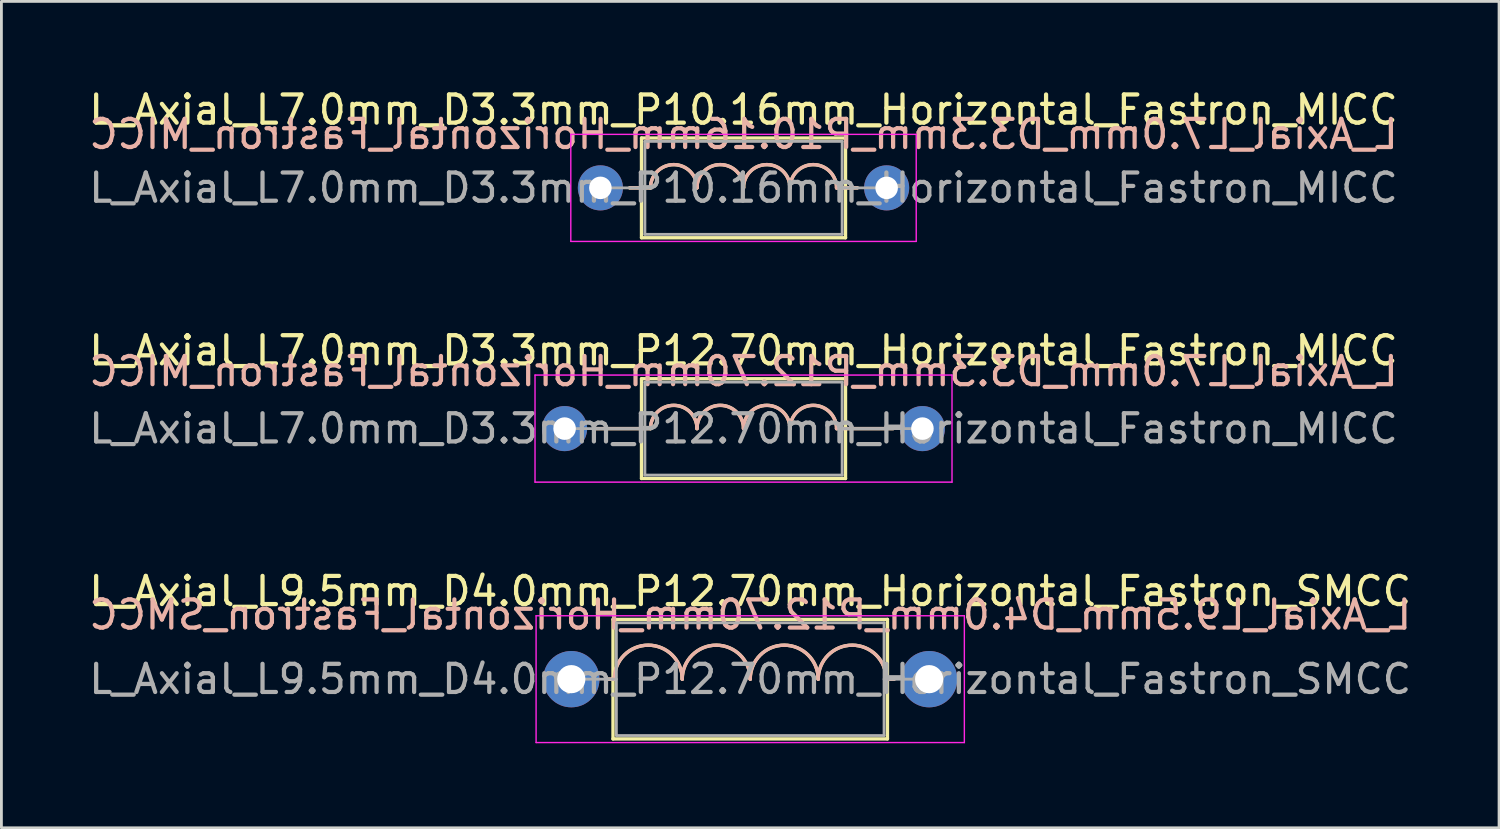
<source format=kicad_pcb>
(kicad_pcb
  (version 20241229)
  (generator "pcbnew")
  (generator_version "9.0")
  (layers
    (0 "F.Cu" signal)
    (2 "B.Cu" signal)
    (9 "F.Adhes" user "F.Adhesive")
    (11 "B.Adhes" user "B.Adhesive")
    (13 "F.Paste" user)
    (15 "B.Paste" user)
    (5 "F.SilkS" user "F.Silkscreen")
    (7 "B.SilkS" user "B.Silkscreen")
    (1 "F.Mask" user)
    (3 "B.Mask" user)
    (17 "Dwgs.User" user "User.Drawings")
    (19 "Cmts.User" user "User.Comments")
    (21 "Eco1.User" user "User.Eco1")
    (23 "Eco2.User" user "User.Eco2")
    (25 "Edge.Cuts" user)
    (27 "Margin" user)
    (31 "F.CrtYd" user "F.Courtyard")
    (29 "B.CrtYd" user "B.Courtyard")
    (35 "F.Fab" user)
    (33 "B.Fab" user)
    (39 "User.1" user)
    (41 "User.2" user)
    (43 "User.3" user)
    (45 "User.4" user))
  (footprint "L_Axial_L7.0mm_D3.3mm_P12.70mm_Horizontal_Fastron_MICC"
    (layer "F.Cu")
    (at 16.989 12.162)
    (property "Reference" "L_Axial_L7.0mm_D3.3mm_P12.70mm_Horizontal_Fastron_MICC" (at 6.35 -2.77 0) (layer "F.SilkS") (effects (font (size 1 1) (thickness 0.15))))
    (fp_line (start 1.04 0) (end 2.73 0) (stroke (width 0.12) (type solid)) (layer "F.SilkS"))
    (fp_line (start 2.73 -1.77) (end 2.73 1.77) (stroke (width 0.12) (type solid)) (layer "F.SilkS"))
    (fp_line (start 2.73 1.77) (end 9.97 1.77) (stroke (width 0.12) (type solid)) (layer "F.SilkS"))
    (fp_line (start 3.048 0) (end 2.73 0) (stroke (width 0.12) (type solid)) (layer "F.SilkS"))
    (fp_line (start 9.652 0) (end 9.97 0) (stroke (width 0.12) (type solid)) (layer "F.SilkS"))
    (fp_line (start 9.97 -1.77) (end 2.73 -1.77) (stroke (width 0.12) (type solid)) (layer "F.SilkS"))
    (fp_line (start 9.97 1.77) (end 9.97 -1.77) (stroke (width 0.12) (type solid)) (layer "F.SilkS"))
    (fp_line (start 11.66 0) (end 9.97 0) (stroke (width 0.12) (type solid)) (layer "F.SilkS"))
    (fp_arc (start 3.048 0) (mid 3.8735 -0.8255) (end 4.699 0) (stroke (width 0.12) (type solid)) (layer "F.SilkS"))
    (fp_arc (start 4.699 0) (mid 5.5245 -0.8255) (end 6.35 0) (stroke (width 0.12) (type solid)) (layer "F.SilkS"))
    (fp_arc (start 6.35 0) (mid 7.1755 -0.8255) (end 8.001 0) (stroke (width 0.12) (type solid)) (layer "F.SilkS"))
    (fp_arc (start 8.001 0) (mid 8.8265 -0.8255) (end 9.652 0) (stroke (width 0.12) (type solid)) (layer "F.SilkS"))
    (fp_line (start 1.04 0) (end 2.73 0) (stroke (width 0.12) (type solid)) (layer "B.SilkS"))
    (fp_line (start 3.048 0) (end 2.73 0) (stroke (width 0.12) (type solid)) (layer "B.SilkS"))
    (fp_line (start 9.652 0) (end 9.97 0) (stroke (width 0.12) (type solid)) (layer "B.SilkS"))
    (fp_line (start 11.66 0) (end 9.97 0) (stroke (width 0.12) (type solid)) (layer "B.SilkS"))
    (fp_arc (start 3.048 0) (mid 3.8735 -0.8255) (end 4.699 0) (stroke (width 0.12) (type solid)) (layer "B.SilkS"))
    (fp_arc (start 4.699 0) (mid 5.5245 -0.8255) (end 6.35 0) (stroke (width 0.12) (type solid)) (layer "B.SilkS"))
    (fp_arc (start 6.35 0) (mid 7.1755 -0.8255) (end 8.001 0) (stroke (width 0.12) (type solid)) (layer "B.SilkS"))
    (fp_arc (start 8.001 0) (mid 8.8265 -0.8255) (end 9.652 0) (stroke (width 0.12) (type solid)) (layer "B.SilkS"))
    (fp_line (start -1.05 -1.9) (end -1.05 1.9) (stroke (width 0.05) (type solid)) (layer "F.CrtYd"))
    (fp_line (start -1.05 1.9) (end 13.75 1.9) (stroke (width 0.05) (type solid)) (layer "F.CrtYd"))
    (fp_line (start 13.75 -1.9) (end -1.05 -1.9) (stroke (width 0.05) (type solid)) (layer "F.CrtYd"))
    (fp_line (start 13.75 1.9) (end 13.75 -1.9) (stroke (width 0.05) (type solid)) (layer "F.CrtYd"))
    (fp_line (start 0 0) (end 2.85 0) (stroke (width 0.1) (type solid)) (layer "F.Fab"))
    (fp_line (start 2.85 -1.65) (end 2.85 1.65) (stroke (width 0.1) (type solid)) (layer "F.Fab"))
    (fp_line (start 2.85 1.65) (end 9.85 1.65) (stroke (width 0.1) (type solid)) (layer "F.Fab"))
    (fp_line (start 9.85 -1.65) (end 2.85 -1.65) (stroke (width 0.1) (type solid)) (layer "F.Fab"))
    (fp_line (start 9.85 1.65) (end 9.85 -1.65) (stroke (width 0.1) (type solid)) (layer "F.Fab"))
    (fp_line (start 12.7 0) (end 9.85 0) (stroke (width 0.1) (type solid)) (layer "F.Fab"))
    (fp_text user "${REFERENCE}" (at 6.35 -2.032 0) (layer "B.SilkS") (effects (font (size 1 1) (thickness 0.15)) (justify mirror)))
    (fp_text user "${REFERENCE}" (at 6.35 0 0) (layer "F.Fab") (effects (font (size 1 1) (thickness 0.15))))
    (pad "1" thru_hole circle (at 0 0) (size 1.6 1.6) (drill 0.8) (layers "*.Cu" "*.Mask"))
    (pad "2" thru_hole oval (at 12.7 0) (size 1.6 1.6) (drill 0.8) (layers "*.Cu" "*.Mask")))
  (footprint "L_Axial_L7.0mm_D3.3mm_P10.16mm_Horizontal_Fastron_MICC"
    (layer "F.Cu")
    (at 18.259 3.618)
    (property "Reference" "L_Axial_L7.0mm_D3.3mm_P10.16mm_Horizontal_Fastron_MICC" (at 5.08 -2.77 0) (layer "F.SilkS") (effects (font (size 1 1) (thickness 0.15))))
    (fp_line (start 1.04 0) (end 1.46 0) (stroke (width 0.12) (type solid)) (layer "F.SilkS"))
    (fp_line (start 1.46 -1.77) (end 1.46 1.77) (stroke (width 0.12) (type solid)) (layer "F.SilkS"))
    (fp_line (start 1.46 1.77) (end 8.7 1.77) (stroke (width 0.12) (type solid)) (layer "F.SilkS"))
    (fp_line (start 1.778 0) (end 1.46 0) (stroke (width 0.12) (type solid)) (layer "F.SilkS"))
    (fp_line (start 8.382 0) (end 8.7 0) (stroke (width 0.12) (type solid)) (layer "F.SilkS"))
    (fp_line (start 8.7 -1.77) (end 1.46 -1.77) (stroke (width 0.12) (type solid)) (layer "F.SilkS"))
    (fp_line (start 8.7 1.77) (end 8.7 -1.77) (stroke (width 0.12) (type solid)) (layer "F.SilkS"))
    (fp_line (start 9.12 0) (end 8.7 0) (stroke (width 0.12) (type solid)) (layer "F.SilkS"))
    (fp_arc (start 1.778 0) (mid 2.6035 -0.8255) (end 3.429 0) (stroke (width 0.12) (type solid)) (layer "F.SilkS"))
    (fp_arc (start 3.429 0) (mid 4.2545 -0.8255) (end 5.08 0) (stroke (width 0.12) (type solid)) (layer "F.SilkS"))
    (fp_arc (start 5.08 0) (mid 5.9055 -0.8255) (end 6.731 0) (stroke (width 0.12) (type solid)) (layer "F.SilkS"))
    (fp_arc (start 6.731 0) (mid 7.5565 -0.8255) (end 8.382 0) (stroke (width 0.12) (type solid)) (layer "F.SilkS"))
    (fp_line (start 1.04 0) (end 1.46 0) (stroke (width 0.12) (type solid)) (layer "B.SilkS"))
    (fp_line (start 1.778 0) (end 1.46 0) (stroke (width 0.12) (type solid)) (layer "B.SilkS"))
    (fp_line (start 8.382 0) (end 8.7 0) (stroke (width 0.12) (type solid)) (layer "B.SilkS"))
    (fp_line (start 9.12 0) (end 8.7 0) (stroke (width 0.12) (type solid)) (layer "B.SilkS"))
    (fp_arc (start 1.778 0) (mid 2.6035 -0.8255) (end 3.429 0) (stroke (width 0.12) (type solid)) (layer "B.SilkS"))
    (fp_arc (start 3.429 0) (mid 4.2545 -0.8255) (end 5.08 0) (stroke (width 0.12) (type solid)) (layer "B.SilkS"))
    (fp_arc (start 5.08 0) (mid 5.9055 -0.8255) (end 6.731 0) (stroke (width 0.12) (type solid)) (layer "B.SilkS"))
    (fp_arc (start 6.731 0) (mid 7.5565 -0.8255) (end 8.382 0) (stroke (width 0.12) (type solid)) (layer "B.SilkS"))
    (fp_line (start -1.05 -1.9) (end -1.05 1.9) (stroke (width 0.05) (type solid)) (layer "F.CrtYd"))
    (fp_line (start -1.05 1.9) (end 11.21 1.9) (stroke (width 0.05) (type solid)) (layer "F.CrtYd"))
    (fp_line (start 11.21 -1.9) (end -1.05 -1.9) (stroke (width 0.05) (type solid)) (layer "F.CrtYd"))
    (fp_line (start 11.21 1.9) (end 11.21 -1.9) (stroke (width 0.05) (type solid)) (layer "F.CrtYd"))
    (fp_line (start 0 0) (end 1.58 0) (stroke (width 0.1) (type solid)) (layer "F.Fab"))
    (fp_line (start 1.58 -1.65) (end 1.58 1.65) (stroke (width 0.1) (type solid)) (layer "F.Fab"))
    (fp_line (start 1.58 1.65) (end 8.58 1.65) (stroke (width 0.1) (type solid)) (layer "F.Fab"))
    (fp_line (start 8.58 -1.65) (end 1.58 -1.65) (stroke (width 0.1) (type solid)) (layer "F.Fab"))
    (fp_line (start 8.58 1.65) (end 8.58 -1.65) (stroke (width 0.1) (type solid)) (layer "F.Fab"))
    (fp_line (start 10.16 0) (end 8.58 0) (stroke (width 0.1) (type solid)) (layer "F.Fab"))
    (fp_text user "${REFERENCE}" (at 5.08 -1.905 0) (layer "B.SilkS") (effects (font (size 1 1) (thickness 0.15)) (justify mirror)))
    (fp_text user "${REFERENCE}" (at 5.08 0 0) (layer "F.Fab") (effects (font (size 1 1) (thickness 0.15))))
    (pad "1" thru_hole circle (at 0 0) (size 1.6 1.6) (drill 0.8) (layers "*.Cu" "*.Mask"))
    (pad "2" thru_hole oval (at 10.16 0) (size 1.6 1.6) (drill 0.8) (layers "*.Cu" "*.Mask")))
  (footprint "L_Axial_L9.5mm_D4.0mm_P12.70mm_Horizontal_Fastron_SMCC"
    (layer "F.Cu")
    (at 17.227 21.055)
    (property "Reference" "L_Axial_L9.5mm_D4.0mm_P12.70mm_Horizontal_Fastron_SMCC" (at 6.35 -3.12 0) (layer "F.SilkS") (effects (font (size 1 1) (thickness 0.15))))
    (fp_line (start 1.24 0) (end 1.48 0) (stroke (width 0.12) (type solid)) (layer "F.SilkS"))
    (fp_line (start 1.48 -2.12) (end 1.48 2.12) (stroke (width 0.12) (type solid)) (layer "F.SilkS"))
    (fp_line (start 1.48 2.12) (end 11.22 2.12) (stroke (width 0.12) (type solid)) (layer "F.SilkS"))
    (fp_line (start 1.524 0) (end 1.46 0) (stroke (width 0.12) (type solid)) (layer "F.SilkS"))
    (fp_line (start 11.176 0) (end 11.22 0) (stroke (width 0.12) (type solid)) (layer "F.SilkS"))
    (fp_line (start 11.22 -2.12) (end 1.48 -2.12) (stroke (width 0.12) (type solid)) (layer "F.SilkS"))
    (fp_line (start 11.22 2.12) (end 11.22 -2.12) (stroke (width 0.12) (type solid)) (layer "F.SilkS"))
    (fp_line (start 11.46 0) (end 11.22 0) (stroke (width 0.12) (type solid)) (layer "F.SilkS"))
    (fp_arc (start 1.524 0) (mid 2.7305 -1.2065) (end 3.937 0) (stroke (width 0.12) (type solid)) (layer "F.SilkS"))
    (fp_arc (start 3.937 0) (mid 5.1435 -1.2065) (end 6.35 0) (stroke (width 0.12) (type solid)) (layer "F.SilkS"))
    (fp_arc (start 6.35 0) (mid 7.5565 -1.2065) (end 8.763 0) (stroke (width 0.12) (type solid)) (layer "F.SilkS"))
    (fp_arc (start 8.763 0) (mid 9.9695 -1.2065) (end 11.176 0) (stroke (width 0.12) (type solid)) (layer "F.SilkS"))
    (fp_line (start 1.24 0) (end 1.48 0) (stroke (width 0.12) (type solid)) (layer "B.SilkS"))
    (fp_line (start 1.524 0) (end 1.48 0) (stroke (width 0.12) (type solid)) (layer "B.SilkS"))
    (fp_line (start 11.176 0) (end 11.239 0) (stroke (width 0.12) (type solid)) (layer "B.SilkS"))
    (fp_line (start 11.46 0) (end 11.22 0) (stroke (width 0.12) (type solid)) (layer "B.SilkS"))
    (fp_arc (start 1.524 0) (mid 2.7305 -1.2065) (end 3.937 0) (stroke (width 0.12) (type solid)) (layer "B.SilkS"))
    (fp_arc (start 3.937 0) (mid 5.1435 -1.2065) (end 6.35 0) (stroke (width 0.12) (type solid)) (layer "B.SilkS"))
    (fp_arc (start 6.35 0) (mid 7.5565 -1.2065) (end 8.763 0) (stroke (width 0.12) (type solid)) (layer "B.SilkS"))
    (fp_arc (start 8.763 0) (mid 9.9695 -1.2065) (end 11.176 0) (stroke (width 0.12) (type solid)) (layer "B.SilkS"))
    (fp_line (start -1.25 -2.25) (end -1.25 2.25) (stroke (width 0.05) (type solid)) (layer "F.CrtYd"))
    (fp_line (start -1.25 2.25) (end 13.95 2.25) (stroke (width 0.05) (type solid)) (layer "F.CrtYd"))
    (fp_line (start 13.95 -2.25) (end -1.25 -2.25) (stroke (width 0.05) (type solid)) (layer "F.CrtYd"))
    (fp_line (start 13.95 2.25) (end 13.95 -2.25) (stroke (width 0.05) (type solid)) (layer "F.CrtYd"))
    (fp_line (start 0 0) (end 1.6 0) (stroke (width 0.1) (type solid)) (layer "F.Fab"))
    (fp_line (start 1.6 -2) (end 1.6 2) (stroke (width 0.1) (type solid)) (layer "F.Fab"))
    (fp_line (start 1.6 2) (end 11.1 2) (stroke (width 0.1) (type solid)) (layer "F.Fab"))
    (fp_line (start 11.1 -2) (end 1.6 -2) (stroke (width 0.1) (type solid)) (layer "F.Fab"))
    (fp_line (start 11.1 2) (end 11.1 -2) (stroke (width 0.1) (type solid)) (layer "F.Fab"))
    (fp_line (start 12.7 0) (end 11.1 0) (stroke (width 0.1) (type solid)) (layer "F.Fab"))
    (fp_text user "${REFERENCE}" (at 6.35 -2.286 0) (layer "B.SilkS") (effects (font (size 1 1) (thickness 0.15)) (justify mirror)))
    (fp_text user "${REFERENCE}" (at 6.35 0 0) (layer "F.Fab") (effects (font (size 1 1) (thickness 0.15))))
    (pad "1" thru_hole circle (at 0 0) (size 2 2) (drill 1) (layers "*.Cu" "*.Mask"))
    (pad "2" thru_hole oval (at 12.7 0) (size 2 2) (drill 1) (layers "*.Cu" "*.Mask")))
  (gr_rect
    (start -3 -3)
    (end 50.155 26.33)
    (stroke (width 0.1) (type default))
    (fill no)
    (layer "Edge.Cuts")))
</source>
